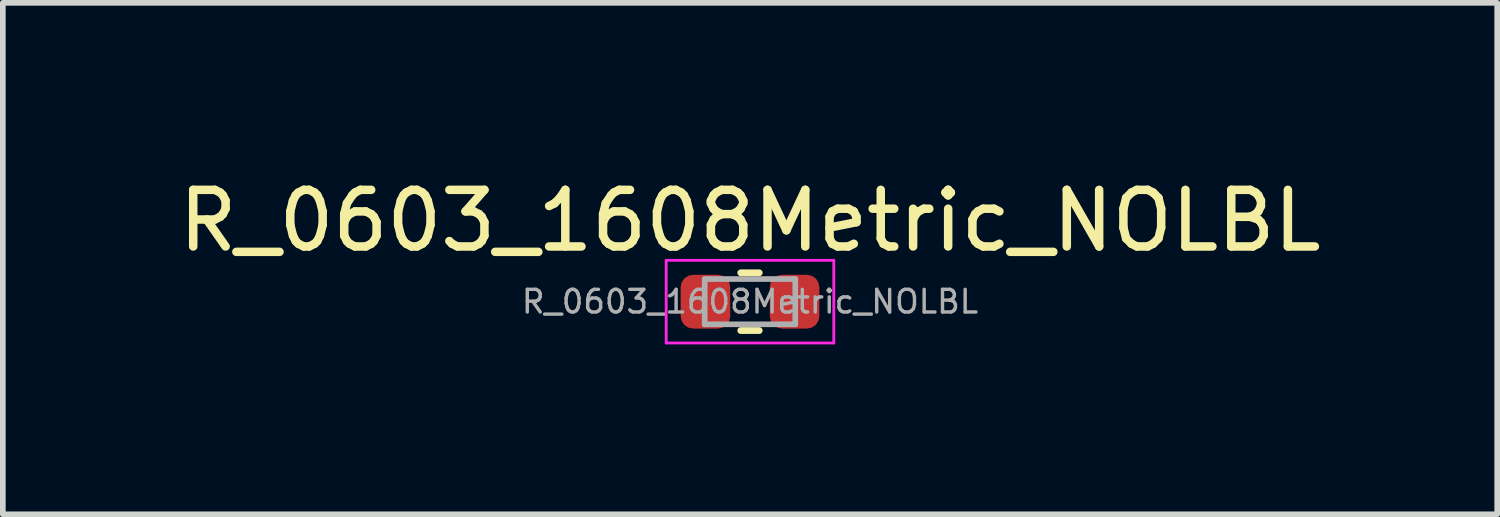
<source format=kicad_pcb>
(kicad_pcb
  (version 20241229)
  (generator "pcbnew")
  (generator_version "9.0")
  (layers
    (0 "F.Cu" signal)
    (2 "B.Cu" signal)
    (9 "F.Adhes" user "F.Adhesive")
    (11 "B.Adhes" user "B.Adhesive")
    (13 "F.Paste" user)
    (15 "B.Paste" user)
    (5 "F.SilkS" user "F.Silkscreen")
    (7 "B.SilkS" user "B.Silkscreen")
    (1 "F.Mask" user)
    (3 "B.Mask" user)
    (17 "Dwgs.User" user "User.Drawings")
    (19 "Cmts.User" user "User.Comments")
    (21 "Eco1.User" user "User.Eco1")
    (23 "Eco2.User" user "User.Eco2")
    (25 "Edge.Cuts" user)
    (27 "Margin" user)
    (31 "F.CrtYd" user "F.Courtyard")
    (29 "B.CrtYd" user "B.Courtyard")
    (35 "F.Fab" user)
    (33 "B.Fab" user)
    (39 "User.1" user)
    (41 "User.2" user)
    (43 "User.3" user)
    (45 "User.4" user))
  (footprint "R_0603_1608Metric_NOLBL"
    (layer "F.Cu")
    (at 10.196 2.278)
    (property "Reference" "R_0603_1608Metric_NOLBL" (at 0 -1.43 0) (layer "F.SilkS") (effects (font (size 1 1) (thickness 0.15))))
    (attr smd)
    (fp_line (start -0.163 -0.51) (end 0.163 -0.51) (stroke (width 0.12) (type solid)) (layer "F.SilkS"))
    (fp_line (start -0.163 0.51) (end 0.163 0.51) (stroke (width 0.12) (type solid)) (layer "F.SilkS"))
    (fp_line (start -1.48 -0.73) (end 1.48 -0.73) (stroke (width 0.05) (type solid)) (layer "F.CrtYd"))
    (fp_line (start -1.48 0.73) (end -1.48 -0.73) (stroke (width 0.05) (type solid)) (layer "F.CrtYd"))
    (fp_line (start 1.48 -0.73) (end 1.48 0.73) (stroke (width 0.05) (type solid)) (layer "F.CrtYd"))
    (fp_line (start 1.48 0.73) (end -1.48 0.73) (stroke (width 0.05) (type solid)) (layer "F.CrtYd"))
    (fp_line (start -0.8 -0.4) (end 0.8 -0.4) (stroke (width 0.1) (type solid)) (layer "F.Fab"))
    (fp_line (start -0.8 0.4) (end -0.8 -0.4) (stroke (width 0.1) (type solid)) (layer "F.Fab"))
    (fp_line (start 0.8 -0.4) (end 0.8 0.4) (stroke (width 0.1) (type solid)) (layer "F.Fab"))
    (fp_line (start 0.8 0.4) (end -0.8 0.4) (stroke (width 0.1) (type solid)) (layer "F.Fab"))
    (fp_text user "${REFERENCE}" (at 0 0 0) (layer "F.Fab") (effects (font (size 0.4 0.4) (thickness 0.06))))
    (pad "1" smd roundrect (at -0.787 0) (size 0.875 0.95) (layers "F.Cu" "F.Mask" "F.Paste") (roundrect_rratio 0.25))
    (pad "2" smd roundrect (at 0.787 0) (size 0.875 0.95) (layers "F.Cu" "F.Mask" "F.Paste") (roundrect_rratio 0.25)))
  (gr_rect
    (start -3 -3)
    (end 23.393 6.033)
    (stroke (width 0.1) (type default))
    (fill no)
    (layer "Edge.Cuts")))
</source>
